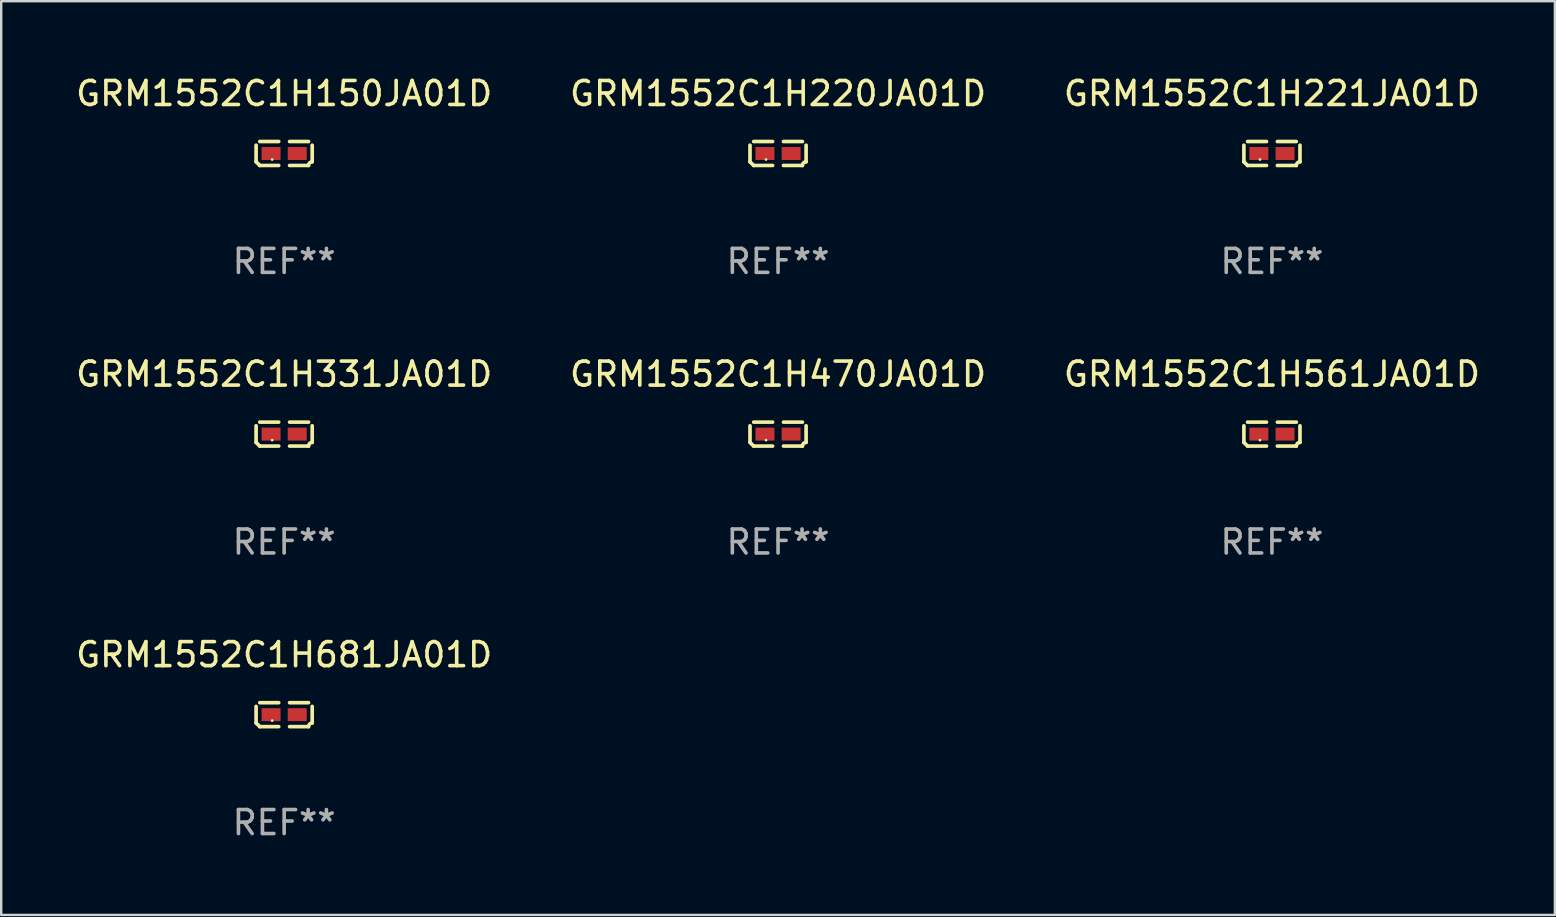
<source format=kicad_pcb>
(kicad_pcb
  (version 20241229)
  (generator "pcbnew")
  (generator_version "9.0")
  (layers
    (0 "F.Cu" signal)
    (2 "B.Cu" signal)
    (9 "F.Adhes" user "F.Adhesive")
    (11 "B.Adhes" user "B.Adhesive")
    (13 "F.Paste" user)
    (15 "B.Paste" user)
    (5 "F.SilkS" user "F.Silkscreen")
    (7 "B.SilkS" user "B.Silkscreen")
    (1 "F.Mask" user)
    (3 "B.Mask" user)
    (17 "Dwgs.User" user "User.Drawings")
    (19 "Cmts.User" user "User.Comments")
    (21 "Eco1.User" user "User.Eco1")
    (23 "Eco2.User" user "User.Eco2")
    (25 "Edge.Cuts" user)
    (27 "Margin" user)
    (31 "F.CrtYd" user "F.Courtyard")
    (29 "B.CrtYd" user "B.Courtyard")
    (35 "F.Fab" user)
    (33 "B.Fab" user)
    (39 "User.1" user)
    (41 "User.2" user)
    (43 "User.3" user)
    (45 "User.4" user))
  (footprint "GRM1552C1H681JA01D"
    (layer "F.Cu")
    (at 8.792 26.734)
    (property "Reference" "GRM1552C1H681JA01D" (at 0 -2.499 0) (layer "F.SilkS") (effects (font (size 1 1) (thickness 0.15))))
    (attr through_hole)
    (fp_line (start -1.169 0.346) (end -1.169 -0.346) (stroke (width 0.152) (type solid)) (layer "F.SilkS"))
    (fp_line (start -1.016 -0.499) (end -0.226 -0.499) (stroke (width 0.152) (type solid)) (layer "F.SilkS"))
    (fp_line (start -0.226 0.499) (end -1.016 0.499) (stroke (width 0.152) (type solid)) (layer "F.SilkS"))
    (fp_line (start 0.226 0.499) (end 1.016 0.499) (stroke (width 0.152) (type solid)) (layer "F.SilkS"))
    (fp_line (start 1.016 -0.499) (end 0.226 -0.499) (stroke (width 0.152) (type solid)) (layer "F.SilkS"))
    (fp_line (start 1.169 0.346) (end 1.169 -0.346) (stroke (width 0.152) (type solid)) (layer "F.SilkS"))
    (fp_arc (start -1.016307 0.498603) (mid -1.092512 0.422405) (end -1.16871 0.3462) (stroke (width 0.1524) (type solid)) (layer "F.SilkS"))
    (fp_arc (start 1.016307 0.498603) (mid 1.060899 0.390758) (end 1.168707 0.346076) (stroke (width 0.1524) (type solid)) (layer "F.SilkS"))
    (fp_circle (center -0.5 0.25) (end -0.47 0.25) (stroke (width 0.06) (type solid)) (fill no) (layer "F.SilkS"))
    (fp_text user "REF**" (at 0 4.499 0) (layer "F.Fab") (effects (font (size 1 1) (thickness 0.15))))
    (pad "1" smd rect (at -0.545 0) (size 0.79 0.54) (layers "F.Cu" "F.Mask" "F.Paste"))
    (pad "2" smd rect (at 0.545 0) (size 0.79 0.54) (layers "F.Cu" "F.Mask" "F.Paste")))
  (footprint "GRM1552C1H150JA01D"
    (layer "F.Cu")
    (at 8.792 3.347)
    (property "Reference" "GRM1552C1H150JA01D" (at 0 -2.499 0) (layer "F.SilkS") (effects (font (size 1 1) (thickness 0.15))))
    (attr through_hole)
    (fp_line (start -1.169 0.346) (end -1.169 -0.346) (stroke (width 0.152) (type solid)) (layer "F.SilkS"))
    (fp_line (start -1.016 -0.499) (end -0.226 -0.499) (stroke (width 0.152) (type solid)) (layer "F.SilkS"))
    (fp_line (start -0.226 0.499) (end -1.016 0.499) (stroke (width 0.152) (type solid)) (layer "F.SilkS"))
    (fp_line (start 0.226 0.499) (end 1.016 0.499) (stroke (width 0.152) (type solid)) (layer "F.SilkS"))
    (fp_line (start 1.016 -0.499) (end 0.226 -0.499) (stroke (width 0.152) (type solid)) (layer "F.SilkS"))
    (fp_line (start 1.169 0.346) (end 1.169 -0.346) (stroke (width 0.152) (type solid)) (layer "F.SilkS"))
    (fp_arc (start -1.016307 0.498603) (mid -1.092512 0.422405) (end -1.16871 0.3462) (stroke (width 0.1524) (type solid)) (layer "F.SilkS"))
    (fp_arc (start 1.016307 0.498603) (mid 1.060899 0.390758) (end 1.168707 0.346076) (stroke (width 0.1524) (type solid)) (layer "F.SilkS"))
    (fp_circle (center -0.5 0.25) (end -0.47 0.25) (stroke (width 0.06) (type solid)) (fill no) (layer "F.SilkS"))
    (fp_text user "REF**" (at 0 4.499 0) (layer "F.Fab") (effects (font (size 1 1) (thickness 0.15))))
    (pad "1" smd rect (at -0.545 0) (size 0.79 0.54) (layers "F.Cu" "F.Mask" "F.Paste"))
    (pad "2" smd rect (at 0.545 0) (size 0.79 0.54) (layers "F.Cu" "F.Mask" "F.Paste")))
  (footprint "GRM1552C1H561JA01D"
    (layer "F.Cu")
    (at 49.958 15.041)
    (property "Reference" "GRM1552C1H561JA01D" (at 0 -2.499 0) (layer "F.SilkS") (effects (font (size 1 1) (thickness 0.15))))
    (attr through_hole)
    (fp_line (start -1.169 0.346) (end -1.169 -0.346) (stroke (width 0.152) (type solid)) (layer "F.SilkS"))
    (fp_line (start -1.016 -0.499) (end -0.226 -0.499) (stroke (width 0.152) (type solid)) (layer "F.SilkS"))
    (fp_line (start -0.226 0.499) (end -1.016 0.499) (stroke (width 0.152) (type solid)) (layer "F.SilkS"))
    (fp_line (start 0.226 0.499) (end 1.016 0.499) (stroke (width 0.152) (type solid)) (layer "F.SilkS"))
    (fp_line (start 1.016 -0.499) (end 0.226 -0.499) (stroke (width 0.152) (type solid)) (layer "F.SilkS"))
    (fp_line (start 1.169 0.346) (end 1.169 -0.346) (stroke (width 0.152) (type solid)) (layer "F.SilkS"))
    (fp_arc (start -1.016307 0.498603) (mid -1.092512 0.422405) (end -1.16871 0.3462) (stroke (width 0.1524) (type solid)) (layer "F.SilkS"))
    (fp_arc (start 1.016307 0.498603) (mid 1.060899 0.390758) (end 1.168707 0.346076) (stroke (width 0.1524) (type solid)) (layer "F.SilkS"))
    (fp_circle (center -0.5 0.25) (end -0.47 0.25) (stroke (width 0.06) (type solid)) (fill no) (layer "F.SilkS"))
    (fp_text user "REF**" (at 0 4.499 0) (layer "F.Fab") (effects (font (size 1 1) (thickness 0.15))))
    (pad "1" smd rect (at -0.545 0) (size 0.79 0.54) (layers "F.Cu" "F.Mask" "F.Paste"))
    (pad "2" smd rect (at 0.545 0) (size 0.79 0.54) (layers "F.Cu" "F.Mask" "F.Paste")))
  (footprint "GRM1552C1H221JA01D"
    (layer "F.Cu")
    (at 49.958 3.347)
    (property "Reference" "GRM1552C1H221JA01D" (at 0 -2.499 0) (layer "F.SilkS") (effects (font (size 1 1) (thickness 0.15))))
    (attr through_hole)
    (fp_line (start -1.169 0.346) (end -1.169 -0.346) (stroke (width 0.152) (type solid)) (layer "F.SilkS"))
    (fp_line (start -1.016 -0.499) (end -0.226 -0.499) (stroke (width 0.152) (type solid)) (layer "F.SilkS"))
    (fp_line (start -0.226 0.499) (end -1.016 0.499) (stroke (width 0.152) (type solid)) (layer "F.SilkS"))
    (fp_line (start 0.226 0.499) (end 1.016 0.499) (stroke (width 0.152) (type solid)) (layer "F.SilkS"))
    (fp_line (start 1.016 -0.499) (end 0.226 -0.499) (stroke (width 0.152) (type solid)) (layer "F.SilkS"))
    (fp_line (start 1.169 0.346) (end 1.169 -0.346) (stroke (width 0.152) (type solid)) (layer "F.SilkS"))
    (fp_arc (start -1.016307 0.498603) (mid -1.092512 0.422405) (end -1.16871 0.3462) (stroke (width 0.1524) (type solid)) (layer "F.SilkS"))
    (fp_arc (start 1.016307 0.498603) (mid 1.060899 0.390758) (end 1.168707 0.346076) (stroke (width 0.1524) (type solid)) (layer "F.SilkS"))
    (fp_circle (center -0.5 0.25) (end -0.47 0.25) (stroke (width 0.06) (type solid)) (fill no) (layer "F.SilkS"))
    (fp_text user "REF**" (at 0 4.499 0) (layer "F.Fab") (effects (font (size 1 1) (thickness 0.15))))
    (pad "1" smd rect (at -0.545 0) (size 0.79 0.54) (layers "F.Cu" "F.Mask" "F.Paste"))
    (pad "2" smd rect (at 0.545 0) (size 0.79 0.54) (layers "F.Cu" "F.Mask" "F.Paste")))
  (footprint "GRM1552C1H331JA01D"
    (layer "F.Cu")
    (at 8.792 15.041)
    (property "Reference" "GRM1552C1H331JA01D" (at 0 -2.499 0) (layer "F.SilkS") (effects (font (size 1 1) (thickness 0.15))))
    (attr through_hole)
    (fp_line (start -1.169 0.346) (end -1.169 -0.346) (stroke (width 0.152) (type solid)) (layer "F.SilkS"))
    (fp_line (start -1.016 -0.499) (end -0.226 -0.499) (stroke (width 0.152) (type solid)) (layer "F.SilkS"))
    (fp_line (start -0.226 0.499) (end -1.016 0.499) (stroke (width 0.152) (type solid)) (layer "F.SilkS"))
    (fp_line (start 0.226 0.499) (end 1.016 0.499) (stroke (width 0.152) (type solid)) (layer "F.SilkS"))
    (fp_line (start 1.016 -0.499) (end 0.226 -0.499) (stroke (width 0.152) (type solid)) (layer "F.SilkS"))
    (fp_line (start 1.169 0.346) (end 1.169 -0.346) (stroke (width 0.152) (type solid)) (layer "F.SilkS"))
    (fp_arc (start -1.016307 0.498603) (mid -1.092512 0.422405) (end -1.16871 0.3462) (stroke (width 0.1524) (type solid)) (layer "F.SilkS"))
    (fp_arc (start 1.016307 0.498603) (mid 1.060899 0.390758) (end 1.168707 0.346076) (stroke (width 0.1524) (type solid)) (layer "F.SilkS"))
    (fp_circle (center -0.5 0.25) (end -0.47 0.25) (stroke (width 0.06) (type solid)) (fill no) (layer "F.SilkS"))
    (fp_text user "REF**" (at 0 4.499 0) (layer "F.Fab") (effects (font (size 1 1) (thickness 0.15))))
    (pad "1" smd rect (at -0.545 0) (size 0.79 0.54) (layers "F.Cu" "F.Mask" "F.Paste"))
    (pad "2" smd rect (at 0.545 0) (size 0.79 0.54) (layers "F.Cu" "F.Mask" "F.Paste")))
  (footprint "GRM1552C1H220JA01D"
    (layer "F.Cu")
    (at 29.375 3.347)
    (property "Reference" "GRM1552C1H220JA01D" (at 0 -2.499 0) (layer "F.SilkS") (effects (font (size 1 1) (thickness 0.15))))
    (attr through_hole)
    (fp_line (start -1.169 0.346) (end -1.169 -0.346) (stroke (width 0.152) (type solid)) (layer "F.SilkS"))
    (fp_line (start -1.016 -0.499) (end -0.226 -0.499) (stroke (width 0.152) (type solid)) (layer "F.SilkS"))
    (fp_line (start -0.226 0.499) (end -1.016 0.499) (stroke (width 0.152) (type solid)) (layer "F.SilkS"))
    (fp_line (start 0.226 0.499) (end 1.016 0.499) (stroke (width 0.152) (type solid)) (layer "F.SilkS"))
    (fp_line (start 1.016 -0.499) (end 0.226 -0.499) (stroke (width 0.152) (type solid)) (layer "F.SilkS"))
    (fp_line (start 1.169 0.346) (end 1.169 -0.346) (stroke (width 0.152) (type solid)) (layer "F.SilkS"))
    (fp_arc (start -1.016307 0.498603) (mid -1.092512 0.422405) (end -1.16871 0.3462) (stroke (width 0.1524) (type solid)) (layer "F.SilkS"))
    (fp_arc (start 1.016307 0.498603) (mid 1.060899 0.390758) (end 1.168707 0.346076) (stroke (width 0.1524) (type solid)) (layer "F.SilkS"))
    (fp_circle (center -0.5 0.25) (end -0.47 0.25) (stroke (width 0.06) (type solid)) (fill no) (layer "F.SilkS"))
    (fp_text user "REF**" (at 0 4.499 0) (layer "F.Fab") (effects (font (size 1 1) (thickness 0.15))))
    (pad "1" smd rect (at -0.545 0) (size 0.79 0.54) (layers "F.Cu" "F.Mask" "F.Paste"))
    (pad "2" smd rect (at 0.545 0) (size 0.79 0.54) (layers "F.Cu" "F.Mask" "F.Paste")))
  (footprint "GRM1552C1H470JA01D"
    (layer "F.Cu")
    (at 29.375 15.041)
    (property "Reference" "GRM1552C1H470JA01D" (at 0 -2.499 0) (layer "F.SilkS") (effects (font (size 1 1) (thickness 0.15))))
    (attr through_hole)
    (fp_line (start -1.169 0.346) (end -1.169 -0.346) (stroke (width 0.152) (type solid)) (layer "F.SilkS"))
    (fp_line (start -1.016 -0.499) (end -0.226 -0.499) (stroke (width 0.152) (type solid)) (layer "F.SilkS"))
    (fp_line (start -0.226 0.499) (end -1.016 0.499) (stroke (width 0.152) (type solid)) (layer "F.SilkS"))
    (fp_line (start 0.226 0.499) (end 1.016 0.499) (stroke (width 0.152) (type solid)) (layer "F.SilkS"))
    (fp_line (start 1.016 -0.499) (end 0.226 -0.499) (stroke (width 0.152) (type solid)) (layer "F.SilkS"))
    (fp_line (start 1.169 0.346) (end 1.169 -0.346) (stroke (width 0.152) (type solid)) (layer "F.SilkS"))
    (fp_arc (start -1.016307 0.498603) (mid -1.092512 0.422405) (end -1.16871 0.3462) (stroke (width 0.1524) (type solid)) (layer "F.SilkS"))
    (fp_arc (start 1.016307 0.498603) (mid 1.060899 0.390758) (end 1.168707 0.346076) (stroke (width 0.1524) (type solid)) (layer "F.SilkS"))
    (fp_circle (center -0.5 0.25) (end -0.47 0.25) (stroke (width 0.06) (type solid)) (fill no) (layer "F.SilkS"))
    (fp_text user "REF**" (at 0 4.499 0) (layer "F.Fab") (effects (font (size 1 1) (thickness 0.15))))
    (pad "1" smd rect (at -0.545 0) (size 0.79 0.54) (layers "F.Cu" "F.Mask" "F.Paste"))
    (pad "2" smd rect (at 0.545 0) (size 0.79 0.54) (layers "F.Cu" "F.Mask" "F.Paste")))
  (gr_rect
    (start -3 -3)
    (end 61.75 35.081)
    (stroke (width 0.1) (type default))
    (fill no)
    (layer "Edge.Cuts")))
</source>
